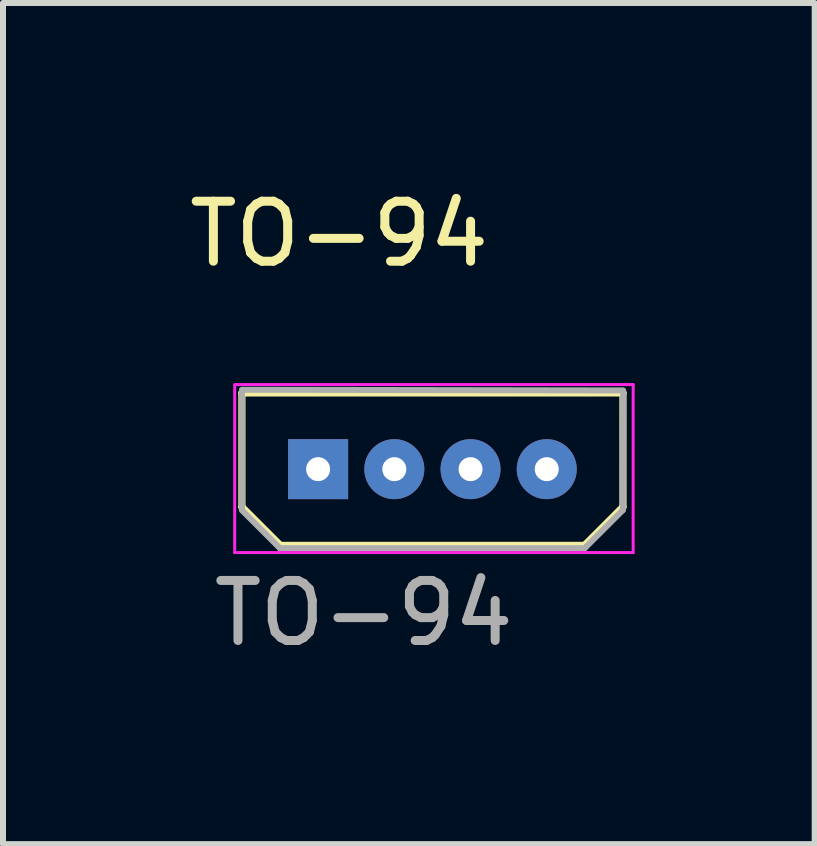
<source format=kicad_pcb>
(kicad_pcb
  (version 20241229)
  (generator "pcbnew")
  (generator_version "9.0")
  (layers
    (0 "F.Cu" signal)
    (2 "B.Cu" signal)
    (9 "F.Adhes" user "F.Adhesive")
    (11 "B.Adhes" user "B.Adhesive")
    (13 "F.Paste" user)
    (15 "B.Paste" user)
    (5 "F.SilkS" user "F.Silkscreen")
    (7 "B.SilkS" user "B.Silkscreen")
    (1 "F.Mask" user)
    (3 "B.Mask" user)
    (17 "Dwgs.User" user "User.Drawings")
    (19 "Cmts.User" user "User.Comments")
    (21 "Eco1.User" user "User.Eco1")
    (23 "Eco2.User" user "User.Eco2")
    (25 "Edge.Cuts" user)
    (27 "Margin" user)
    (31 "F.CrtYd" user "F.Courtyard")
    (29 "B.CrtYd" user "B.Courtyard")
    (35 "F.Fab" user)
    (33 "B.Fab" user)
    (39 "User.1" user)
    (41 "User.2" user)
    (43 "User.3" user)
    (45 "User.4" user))
  (footprint "TO-94"
    (layer "F.Cu")
    (at 2.241 4.768)
    (property "Reference" "TO-94" (at 0.36 -3.92 0) (unlocked yes) (layer "F.SilkS") (effects (font (size 1 1) (thickness 0.15))))
    (attr through_hole)
    (fp_line (start -1.26 -1.27) (end 5.09 -1.27) (stroke (width 0.12) (type solid)) (layer "F.SilkS"))
    (fp_line (start -1.26 0.63) (end -1.26 -1.27) (stroke (width 0.12) (type solid)) (layer "F.SilkS"))
    (fp_line (start -0.62 1.27) (end -1.26 0.63) (stroke (width 0.12) (type solid)) (layer "F.SilkS"))
    (fp_line (start 4.45 1.27) (end -0.62 1.27) (stroke (width 0.12) (type solid)) (layer "F.SilkS"))
    (fp_line (start 5.09 -1.27) (end 5.09 0.63) (stroke (width 0.12) (type solid)) (layer "F.SilkS"))
    (fp_line (start 5.09 0.63) (end 4.45 1.27) (stroke (width 0.12) (type solid)) (layer "F.SilkS"))
    (fp_line (start -1.38 -1.41) (end 5.26 -1.41) (stroke (width 0.05) (type solid)) (layer "F.CrtYd"))
    (fp_line (start -1.38 1.39) (end -1.38 -1.39) (stroke (width 0.05) (type solid)) (layer "F.CrtYd"))
    (fp_line (start 5.26 -1.41) (end 5.26 1.39) (stroke (width 0.05) (type solid)) (layer "F.CrtYd"))
    (fp_line (start 5.26 1.39) (end -1.38 1.39) (stroke (width 0.05) (type solid)) (layer "F.CrtYd"))
    (fp_line (start -1.258 -1.323) (end 5.072 -1.312) (stroke (width 0.1) (type solid)) (layer "F.Fab"))
    (fp_line (start -1.258 0.657) (end -1.258 -1.302) (stroke (width 0.1) (type solid)) (layer "F.Fab"))
    (fp_line (start -0.627 1.317) (end -1.262 0.682) (stroke (width 0.1) (type solid)) (layer "F.Fab"))
    (fp_line (start 4.452 1.317) (end -0.627 1.317) (stroke (width 0.1) (type solid)) (layer "F.Fab"))
    (fp_line (start 5.088 0.682) (end 4.452 1.317) (stroke (width 0.1) (type solid)) (layer "F.Fab"))
    (fp_line (start 5.093 -1.312) (end 5.088 0.682) (stroke (width 0.1) (type solid)) (layer "F.Fab"))
    (fp_text user "${REFERENCE}" (at 0.77 2.4 0) (unlocked yes) (layer "F.Fab") (effects (font (size 1 1) (thickness 0.15))))
    (pad "1" thru_hole rect (at 0.01 0) (size 1 1) (drill 0.4) (layers "*.Cu" "*.Mask"))
    (pad "2" thru_hole circle (at 1.28 0) (size 1 1) (drill 0.4) (layers "*.Cu" "*.Mask"))
    (pad "3" thru_hole circle (at 2.55 0) (size 1 1) (drill 0.4) (layers "*.Cu" "*.Mask"))
    (pad "4" thru_hole circle (at 3.82 0) (size 1 1) (drill 0.4) (layers "*.Cu" "*.Mask")))
  (gr_rect
    (start -3 -3)
    (end 10.526 11.017)
    (stroke (width 0.1) (type default))
    (fill no)
    (layer "Edge.Cuts")))
</source>
